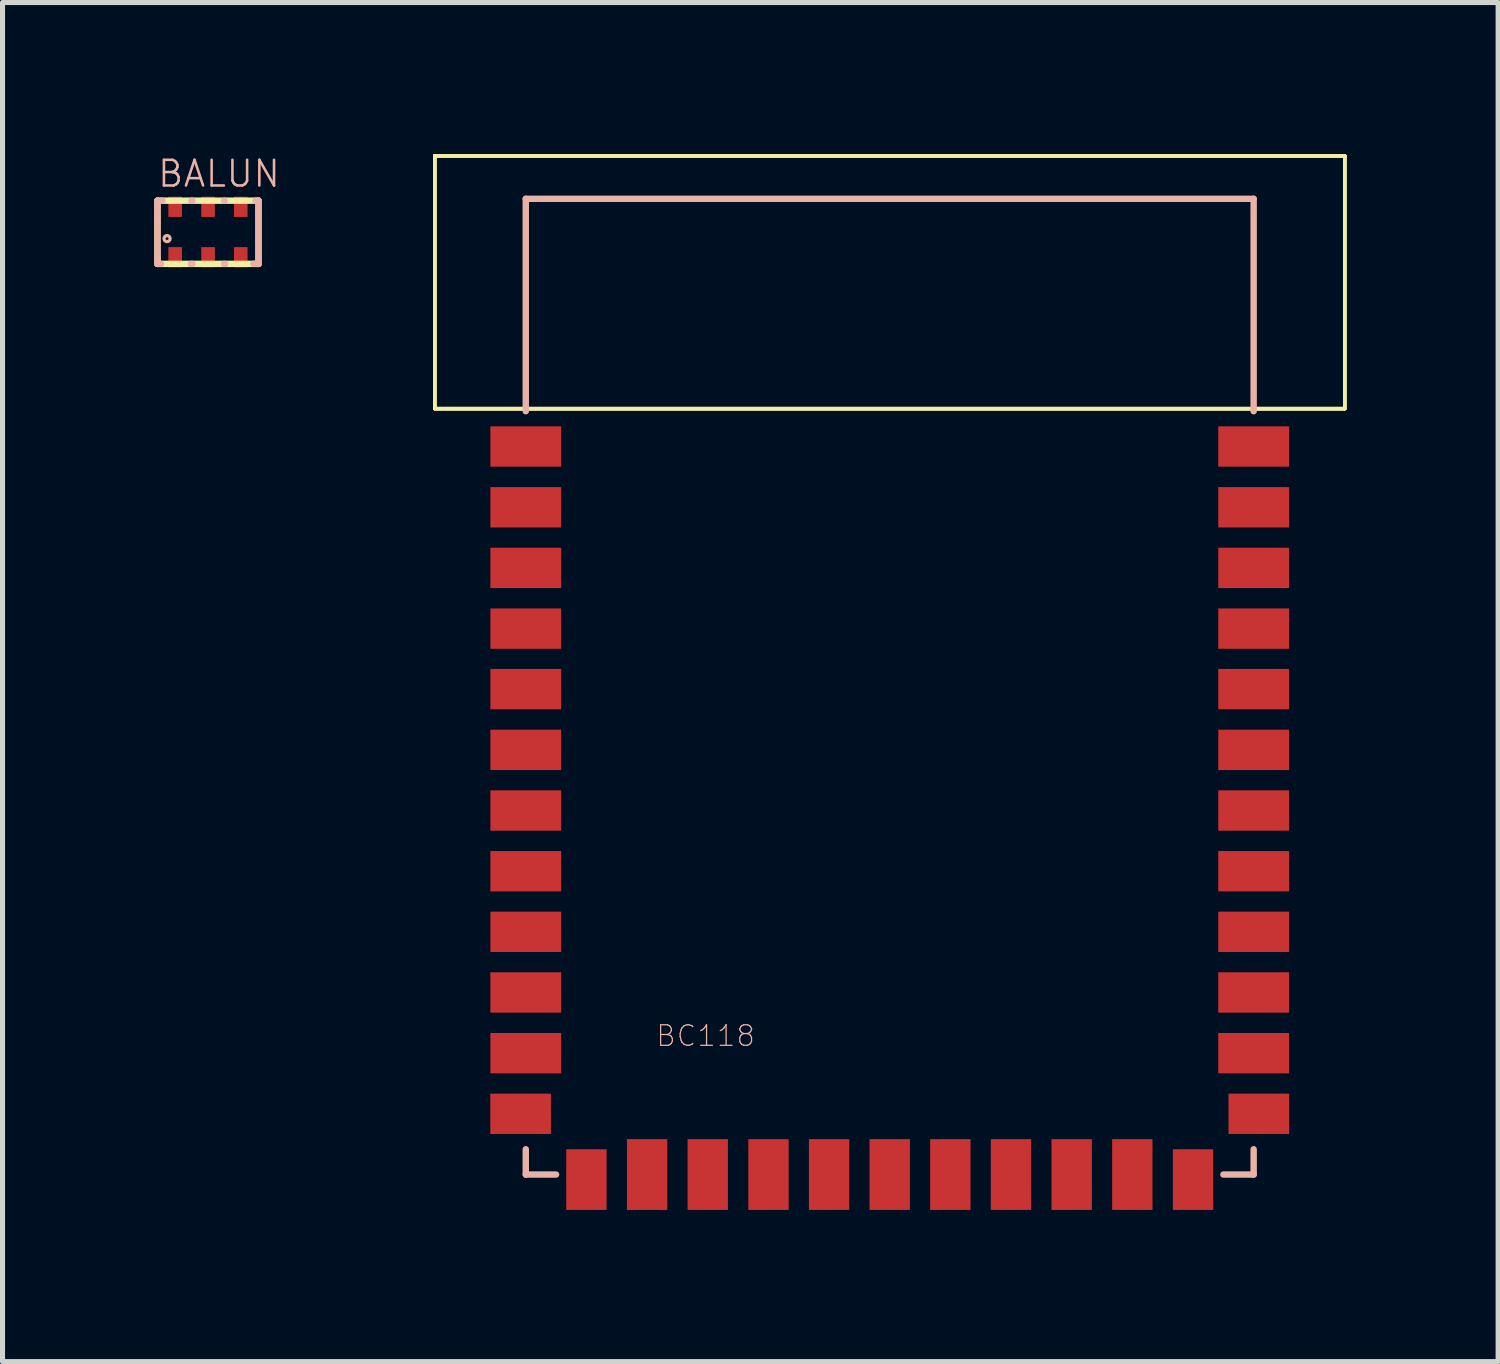
<source format=kicad_pcb>
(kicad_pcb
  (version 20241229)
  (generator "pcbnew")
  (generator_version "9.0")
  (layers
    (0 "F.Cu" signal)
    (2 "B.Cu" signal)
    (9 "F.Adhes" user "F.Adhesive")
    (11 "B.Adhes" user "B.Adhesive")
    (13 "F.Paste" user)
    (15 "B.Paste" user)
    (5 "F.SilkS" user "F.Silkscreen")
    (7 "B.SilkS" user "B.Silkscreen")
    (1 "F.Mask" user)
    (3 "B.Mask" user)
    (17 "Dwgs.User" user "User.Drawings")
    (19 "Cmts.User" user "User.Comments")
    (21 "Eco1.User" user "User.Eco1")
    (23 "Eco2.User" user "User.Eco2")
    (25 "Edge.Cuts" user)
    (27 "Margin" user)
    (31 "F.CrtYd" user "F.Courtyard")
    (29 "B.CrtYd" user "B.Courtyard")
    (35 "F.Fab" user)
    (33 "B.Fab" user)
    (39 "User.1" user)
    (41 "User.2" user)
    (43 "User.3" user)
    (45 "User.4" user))
  (footprint "BC118"
    (layer "F.Cu")
    (at 14.547 10.531)
    (property "Reference" "BC118" (at -3.642 6.906 0) (layer "B.SilkS") (effects (font (size 0.406 0.406) (thickness 0.025))))
    (attr smd)
    (fp_line (start -8.999 -10.498) (end 8.999 -10.498) (stroke (width 0.066) (type solid)) (layer "F.SilkS"))
    (fp_line (start -8.999 -10.498) (end 8.999 -10.498) (stroke (width 0.066) (type solid)) (layer "F.SilkS"))
    (fp_line (start -8.999 -10.498) (end 8.999 -10.498) (stroke (width 0.066) (type solid)) (layer "F.SilkS"))
    (fp_line (start -8.999 -10.498) (end 8.999 -10.498) (stroke (width 0.066) (type solid)) (layer "F.SilkS"))
    (fp_line (start -8.999 -10.498) (end 8.999 -10.498) (stroke (width 0.066) (type solid)) (layer "F.SilkS"))
    (fp_line (start -8.999 -5.499) (end -8.999 -10.498) (stroke (width 0.066) (type solid)) (layer "F.SilkS"))
    (fp_line (start -8.999 -5.499) (end -8.999 -10.498) (stroke (width 0.066) (type solid)) (layer "F.SilkS"))
    (fp_line (start -8.999 -5.499) (end -8.999 -10.498) (stroke (width 0.066) (type solid)) (layer "F.SilkS"))
    (fp_line (start -8.999 -5.499) (end -8.999 -10.498) (stroke (width 0.066) (type solid)) (layer "F.SilkS"))
    (fp_line (start -8.999 -5.499) (end -8.999 -10.498) (stroke (width 0.066) (type solid)) (layer "F.SilkS"))
    (fp_line (start -8.999 -5.499) (end 8.999 -5.499) (stroke (width 0.066) (type solid)) (layer "F.SilkS"))
    (fp_line (start -8.999 -5.499) (end 8.999 -5.499) (stroke (width 0.066) (type solid)) (layer "F.SilkS"))
    (fp_line (start -8.999 -5.499) (end 8.999 -5.499) (stroke (width 0.066) (type solid)) (layer "F.SilkS"))
    (fp_line (start -8.999 -5.499) (end 8.999 -5.499) (stroke (width 0.066) (type solid)) (layer "F.SilkS"))
    (fp_line (start -8.999 -5.499) (end 8.999 -5.499) (stroke (width 0.066) (type solid)) (layer "F.SilkS"))
    (fp_line (start 8.999 -5.499) (end 8.999 -10.498) (stroke (width 0.066) (type solid)) (layer "F.SilkS"))
    (fp_line (start 8.999 -5.499) (end 8.999 -10.498) (stroke (width 0.066) (type solid)) (layer "F.SilkS"))
    (fp_line (start 8.999 -5.499) (end 8.999 -10.498) (stroke (width 0.066) (type solid)) (layer "F.SilkS"))
    (fp_line (start 8.999 -5.499) (end 8.999 -10.498) (stroke (width 0.066) (type solid)) (layer "F.SilkS"))
    (fp_line (start 8.999 -5.499) (end 8.999 -10.498) (stroke (width 0.066) (type solid)) (layer "F.SilkS"))
    (fp_line (start -7.198 -9.649) (end 7.198 -9.649) (stroke (width 0.127) (type solid)) (layer "B.SilkS"))
    (fp_line (start -7.198 -5.448) (end -7.198 -9.649) (stroke (width 0.127) (type solid)) (layer "B.SilkS"))
    (fp_line (start -7.198 9.149) (end -7.198 9.649) (stroke (width 0.127) (type solid)) (layer "B.SilkS"))
    (fp_line (start -7.198 9.649) (end -6.599 9.649) (stroke (width 0.127) (type solid)) (layer "B.SilkS"))
    (fp_line (start 6.599 9.649) (end 7.198 9.649) (stroke (width 0.127) (type solid)) (layer "B.SilkS"))
    (fp_line (start 7.198 -9.649) (end 7.198 -5.448) (stroke (width 0.127) (type solid)) (layer "B.SilkS"))
    (fp_line (start 7.198 9.649) (end 7.198 9.149) (stroke (width 0.127) (type solid)) (layer "B.SilkS"))
    (pad "1" smd rect (at -7.198 -4.75) (size 1.4 0.798) (layers "F.Cu" "F.Mask" "F.Paste"))
    (pad "2" smd rect (at -7.198 -3.548) (size 1.4 0.798) (layers "F.Cu" "F.Mask" "F.Paste"))
    (pad "3" smd rect (at -7.198 -2.349) (size 1.4 0.798) (layers "F.Cu" "F.Mask" "F.Paste"))
    (pad "4" smd rect (at -7.198 -1.148) (size 1.4 0.798) (layers "F.Cu" "F.Mask" "F.Paste"))
    (pad "5" smd rect (at -7.198 0.048) (size 1.4 0.798) (layers "F.Cu" "F.Mask" "F.Paste"))
    (pad "6" smd rect (at -7.198 1.25) (size 1.4 0.798) (layers "F.Cu" "F.Mask" "F.Paste"))
    (pad "7" smd rect (at -7.198 2.449) (size 1.4 0.798) (layers "F.Cu" "F.Mask" "F.Paste"))
    (pad "8" smd rect (at -7.198 3.65) (size 1.4 0.798) (layers "F.Cu" "F.Mask" "F.Paste"))
    (pad "9" smd rect (at -7.198 4.849) (size 1.4 0.798) (layers "F.Cu" "F.Mask" "F.Paste"))
    (pad "10" smd rect (at -7.198 6.048) (size 1.4 0.798) (layers "F.Cu" "F.Mask" "F.Paste"))
    (pad "11" smd rect (at -7.198 7.249) (size 1.4 0.798) (layers "F.Cu" "F.Mask" "F.Paste"))
    (pad "12" smd rect (at -7.3 8.448) (size 1.199 0.798) (layers "F.Cu" "F.Mask" "F.Paste"))
    (pad "13" smd rect (at -5.999 9.749 90) (size 1.199 0.798) (layers "F.Cu" "F.Mask" "F.Paste"))
    (pad "14" smd rect (at -4.798 9.649 90) (size 1.4 0.798) (layers "F.Cu" "F.Mask" "F.Paste"))
    (pad "15" smd rect (at -3.599 9.649 90) (size 1.4 0.798) (layers "F.Cu" "F.Mask" "F.Paste"))
    (pad "16" smd rect (at -2.398 9.649 90) (size 1.4 0.798) (layers "F.Cu" "F.Mask" "F.Paste"))
    (pad "17" smd rect (at -1.199 9.649 90) (size 1.4 0.798) (layers "F.Cu" "F.Mask" "F.Paste"))
    (pad "18" smd rect (at 0 9.649 90) (size 1.4 0.798) (layers "F.Cu" "F.Mask" "F.Paste"))
    (pad "19" smd rect (at 1.199 9.649 90) (size 1.4 0.798) (layers "F.Cu" "F.Mask" "F.Paste"))
    (pad "20" smd rect (at 2.398 9.649 90) (size 1.4 0.798) (layers "F.Cu" "F.Mask" "F.Paste"))
    (pad "21" smd rect (at 3.599 9.649 90) (size 1.4 0.798) (layers "F.Cu" "F.Mask" "F.Paste"))
    (pad "22" smd rect (at 4.798 9.649 90) (size 1.4 0.798) (layers "F.Cu" "F.Mask" "F.Paste"))
    (pad "23" smd rect (at 5.999 9.749 90) (size 1.199 0.798) (layers "F.Cu" "F.Mask" "F.Paste"))
    (pad "24" smd rect (at 7.3 8.448) (size 1.199 0.798) (layers "F.Cu" "F.Mask" "F.Paste"))
    (pad "25" smd rect (at 7.198 7.249) (size 1.4 0.798) (layers "F.Cu" "F.Mask" "F.Paste"))
    (pad "26" smd rect (at 7.198 6.048) (size 1.4 0.798) (layers "F.Cu" "F.Mask" "F.Paste"))
    (pad "27" smd rect (at 7.198 4.849) (size 1.4 0.798) (layers "F.Cu" "F.Mask" "F.Paste"))
    (pad "28" smd rect (at 7.198 3.65) (size 1.4 0.798) (layers "F.Cu" "F.Mask" "F.Paste"))
    (pad "29" smd rect (at 7.198 2.449) (size 1.4 0.798) (layers "F.Cu" "F.Mask" "F.Paste"))
    (pad "30" smd rect (at 7.198 1.25) (size 1.4 0.798) (layers "F.Cu" "F.Mask" "F.Paste"))
    (pad "31" smd rect (at 7.198 0.048) (size 1.4 0.798) (layers "F.Cu" "F.Mask" "F.Paste"))
    (pad "32" smd rect (at 7.198 -1.148) (size 1.4 0.798) (layers "F.Cu" "F.Mask" "F.Paste"))
    (pad "33" smd rect (at 7.198 -2.349) (size 1.4 0.798) (layers "F.Cu" "F.Mask" "F.Paste"))
    (pad "34" smd rect (at 7.198 -3.548) (size 1.4 0.798) (layers "F.Cu" "F.Mask" "F.Paste"))
    (pad "35" smd rect (at 7.198 -4.75) (size 1.4 0.798) (layers "F.Cu" "F.Mask" "F.Paste")))
  (footprint "BALUN"
    (layer "F.Cu")
    (at 1.113 1.539)
    (property "Reference" "BALUN" (at 0.168 -1.153 0) (layer "B.SilkS") (effects (font (size 0.508 0.508) (thickness 0.051))))
    (attr smd)
    (fp_line (start -1.049 -0.62) (end -1.049 0.63) (stroke (width 0.127) (type solid)) (layer "F.SilkS"))
    (fp_line (start -1.049 0.63) (end 0.95 0.63) (stroke (width 0.127) (type solid)) (layer "F.SilkS"))
    (fp_line (start 0.95 -0.62) (end -1.049 -0.62) (stroke (width 0.127) (type solid)) (layer "F.SilkS"))
    (fp_line (start 0.95 0.63) (end 0.95 -0.62) (stroke (width 0.127) (type solid)) (layer "F.SilkS"))
    (fp_line (start -1.049 -0.62) (end -1.049 -0.208) (stroke (width 0.127) (type solid)) (layer "B.SilkS"))
    (fp_line (start -1.049 -0.208) (end -1.049 0.63) (stroke (width 0.127) (type solid)) (layer "B.SilkS"))
    (fp_line (start -1.049 0.63) (end -0.978 0.63) (stroke (width 0.127) (type solid)) (layer "B.SilkS"))
    (fp_line (start -0.95 -0.62) (end -1.049 -0.62) (stroke (width 0.127) (type solid)) (layer "B.SilkS"))
    (fp_line (start -0.358 -0.62) (end -0.378 -0.62) (stroke (width 0.127) (type solid)) (layer "B.SilkS"))
    (fp_line (start -0.358 0.63) (end -0.389 0.63) (stroke (width 0.127) (type solid)) (layer "B.SilkS"))
    (fp_line (start 0.279 -0.62) (end 0.269 -0.62) (stroke (width 0.127) (type solid)) (layer "B.SilkS"))
    (fp_line (start 0.29 0.63) (end 0.269 0.63) (stroke (width 0.127) (type solid)) (layer "B.SilkS"))
    (fp_line (start 0.889 -0.62) (end 0.95 -0.62) (stroke (width 0.127) (type solid)) (layer "B.SilkS"))
    (fp_line (start 0.95 -0.62) (end 0.95 -0.389) (stroke (width 0.127) (type solid)) (layer "B.SilkS"))
    (fp_line (start 0.95 -0.389) (end 0.95 0.63) (stroke (width 0.127) (type solid)) (layer "B.SilkS"))
    (fp_line (start 0.95 0.63) (end 0.848 0.63) (stroke (width 0.127) (type solid)) (layer "B.SilkS"))
    (fp_circle (center -0.859 0.13) (end -0.879 0.15) (stroke (width 0.064) (type solid)) (fill no) (layer "B.SilkS"))
    (pad "1" smd rect (at -0.699 0.498) (size 0.269 0.399) (layers "F.Cu" "F.Mask" "F.Paste"))
    (pad "2" smd rect (at -0.048 0.498) (size 0.269 0.399) (layers "F.Cu" "F.Mask" "F.Paste"))
    (pad "3" smd rect (at 0.599 0.498) (size 0.269 0.399) (layers "F.Cu" "F.Mask" "F.Paste"))
    (pad "4" smd rect (at 0.599 -0.498) (size 0.269 0.399) (layers "F.Cu" "F.Mask" "F.Paste"))
    (pad "5" smd rect (at -0.048 -0.498) (size 0.269 0.399) (layers "F.Cu" "F.Mask" "F.Paste"))
    (pad "6" smd rect (at -0.699 -0.498) (size 0.269 0.399) (layers "F.Cu" "F.Mask" "F.Paste")))
  (gr_rect
    (start -3 -3)
    (end 26.58 23.88)
    (stroke (width 0.1) (type default))
    (fill no)
    (layer "Edge.Cuts")))
</source>
